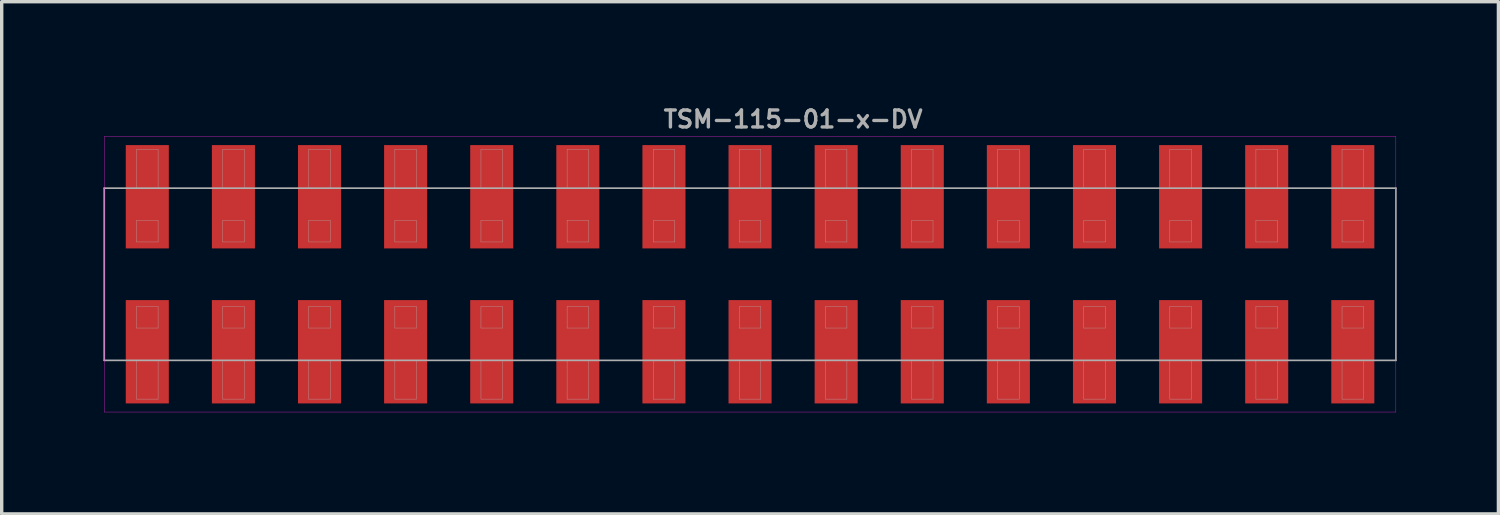
<source format=kicad_pcb>
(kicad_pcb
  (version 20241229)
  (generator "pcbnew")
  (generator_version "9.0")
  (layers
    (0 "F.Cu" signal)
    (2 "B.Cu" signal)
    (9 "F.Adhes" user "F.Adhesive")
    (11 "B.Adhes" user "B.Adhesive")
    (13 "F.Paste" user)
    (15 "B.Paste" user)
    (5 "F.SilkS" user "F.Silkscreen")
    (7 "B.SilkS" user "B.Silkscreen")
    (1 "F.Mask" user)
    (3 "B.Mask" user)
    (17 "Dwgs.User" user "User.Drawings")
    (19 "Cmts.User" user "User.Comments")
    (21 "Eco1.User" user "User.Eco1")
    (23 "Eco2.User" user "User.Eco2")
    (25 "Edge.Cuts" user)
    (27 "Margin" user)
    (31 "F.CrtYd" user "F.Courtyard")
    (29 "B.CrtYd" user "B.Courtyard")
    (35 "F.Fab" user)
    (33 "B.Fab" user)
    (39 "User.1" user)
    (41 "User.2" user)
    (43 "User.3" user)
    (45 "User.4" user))
  (footprint "TSM-115-01-x-DV"
    (layer "F.Cu")
    (at 19.075 5.04)
    (property "Reference" "TSM-115-01-x-DV" (at 1.27 -4.572 0) (layer "F.Fab") (effects (font (size 0.5 0.5) (thickness 0.1))))
    (attr smd)
    (fp_line (start -19.05 -4.064) (end -19.05 4.064) (stroke (width 0.01) (type solid)) (layer "F.CrtYd"))
    (fp_line (start -19.05 4.064) (end 19.05 4.064) (stroke (width 0.01) (type solid)) (layer "F.CrtYd"))
    (fp_line (start 19.05 -4.064) (end -19.05 -4.064) (stroke (width 0.01) (type solid)) (layer "F.CrtYd"))
    (fp_line (start 19.05 4.064) (end 19.05 -4.064) (stroke (width 0.01) (type solid)) (layer "F.CrtYd"))
    (fp_line (start -19.05 -2.54) (end 19.05 -2.54) (stroke (width 0.05) (type solid)) (layer "F.Fab"))
    (fp_line (start -19.05 2.54) (end -19.05 -2.54) (stroke (width 0.05) (type solid)) (layer "F.Fab"))
    (fp_line (start -18.098 -3.683) (end -17.462 -3.683) (stroke (width 0.01) (type solid)) (layer "F.Fab"))
    (fp_line (start -18.098 -2.54) (end -18.098 -3.683) (stroke (width 0.01) (type solid)) (layer "F.Fab"))
    (fp_line (start -18.098 -1.587) (end -18.098 -0.953) (stroke (width 0.01) (type solid)) (layer "F.Fab"))
    (fp_line (start -18.098 -0.953) (end -17.462 -0.953) (stroke (width 0.01) (type solid)) (layer "F.Fab"))
    (fp_line (start -18.098 0.953) (end -18.098 1.587) (stroke (width 0.01) (type solid)) (layer "F.Fab"))
    (fp_line (start -18.098 1.587) (end -17.462 1.587) (stroke (width 0.01) (type solid)) (layer "F.Fab"))
    (fp_line (start -18.098 3.683) (end -18.098 2.54) (stroke (width 0.01) (type solid)) (layer "F.Fab"))
    (fp_line (start -17.462 -3.683) (end -17.462 -2.54) (stroke (width 0.01) (type solid)) (layer "F.Fab"))
    (fp_line (start -17.462 -1.587) (end -18.098 -1.587) (stroke (width 0.01) (type solid)) (layer "F.Fab"))
    (fp_line (start -17.462 -0.953) (end -17.462 -1.587) (stroke (width 0.01) (type solid)) (layer "F.Fab"))
    (fp_line (start -17.462 0.953) (end -18.098 0.953) (stroke (width 0.01) (type solid)) (layer "F.Fab"))
    (fp_line (start -17.462 1.587) (end -17.462 0.953) (stroke (width 0.01) (type solid)) (layer "F.Fab"))
    (fp_line (start -17.462 2.54) (end -17.462 3.683) (stroke (width 0.01) (type solid)) (layer "F.Fab"))
    (fp_line (start -17.462 3.683) (end -18.098 3.683) (stroke (width 0.01) (type solid)) (layer "F.Fab"))
    (fp_line (start -15.557 -3.683) (end -14.922 -3.683) (stroke (width 0.01) (type solid)) (layer "F.Fab"))
    (fp_line (start -15.557 -2.54) (end -15.557 -3.683) (stroke (width 0.01) (type solid)) (layer "F.Fab"))
    (fp_line (start -15.557 -1.587) (end -15.557 -0.953) (stroke (width 0.01) (type solid)) (layer "F.Fab"))
    (fp_line (start -15.557 -0.953) (end -14.922 -0.953) (stroke (width 0.01) (type solid)) (layer "F.Fab"))
    (fp_line (start -15.557 0.953) (end -15.557 1.587) (stroke (width 0.01) (type solid)) (layer "F.Fab"))
    (fp_line (start -15.557 1.587) (end -14.922 1.587) (stroke (width 0.01) (type solid)) (layer "F.Fab"))
    (fp_line (start -15.557 3.683) (end -15.557 2.54) (stroke (width 0.01) (type solid)) (layer "F.Fab"))
    (fp_line (start -14.922 -3.683) (end -14.922 -2.54) (stroke (width 0.01) (type solid)) (layer "F.Fab"))
    (fp_line (start -14.922 -1.587) (end -15.557 -1.587) (stroke (width 0.01) (type solid)) (layer "F.Fab"))
    (fp_line (start -14.922 -0.953) (end -14.922 -1.587) (stroke (width 0.01) (type solid)) (layer "F.Fab"))
    (fp_line (start -14.922 0.953) (end -15.557 0.953) (stroke (width 0.01) (type solid)) (layer "F.Fab"))
    (fp_line (start -14.922 1.587) (end -14.922 0.953) (stroke (width 0.01) (type solid)) (layer "F.Fab"))
    (fp_line (start -14.922 2.54) (end -14.922 3.683) (stroke (width 0.01) (type solid)) (layer "F.Fab"))
    (fp_line (start -14.922 3.683) (end -15.557 3.683) (stroke (width 0.01) (type solid)) (layer "F.Fab"))
    (fp_line (start -13.018 -3.683) (end -12.383 -3.683) (stroke (width 0.01) (type solid)) (layer "F.Fab"))
    (fp_line (start -13.018 -2.54) (end -13.018 -3.683) (stroke (width 0.01) (type solid)) (layer "F.Fab"))
    (fp_line (start -13.018 -1.587) (end -13.018 -0.953) (stroke (width 0.01) (type solid)) (layer "F.Fab"))
    (fp_line (start -13.018 -0.953) (end -12.383 -0.953) (stroke (width 0.01) (type solid)) (layer "F.Fab"))
    (fp_line (start -13.018 0.953) (end -13.018 1.587) (stroke (width 0.01) (type solid)) (layer "F.Fab"))
    (fp_line (start -13.018 1.587) (end -12.383 1.587) (stroke (width 0.01) (type solid)) (layer "F.Fab"))
    (fp_line (start -13.018 3.683) (end -13.018 2.54) (stroke (width 0.01) (type solid)) (layer "F.Fab"))
    (fp_line (start -12.383 -3.683) (end -12.383 -2.54) (stroke (width 0.01) (type solid)) (layer "F.Fab"))
    (fp_line (start -12.383 -1.587) (end -13.018 -1.587) (stroke (width 0.01) (type solid)) (layer "F.Fab"))
    (fp_line (start -12.383 -0.953) (end -12.383 -1.587) (stroke (width 0.01) (type solid)) (layer "F.Fab"))
    (fp_line (start -12.383 0.953) (end -13.018 0.953) (stroke (width 0.01) (type solid)) (layer "F.Fab"))
    (fp_line (start -12.383 1.587) (end -12.383 0.953) (stroke (width 0.01) (type solid)) (layer "F.Fab"))
    (fp_line (start -12.383 2.54) (end -12.383 3.683) (stroke (width 0.01) (type solid)) (layer "F.Fab"))
    (fp_line (start -12.383 3.683) (end -13.018 3.683) (stroke (width 0.01) (type solid)) (layer "F.Fab"))
    (fp_line (start -10.477 -3.683) (end -9.842 -3.683) (stroke (width 0.01) (type solid)) (layer "F.Fab"))
    (fp_line (start -10.477 -2.54) (end -10.477 -3.683) (stroke (width 0.01) (type solid)) (layer "F.Fab"))
    (fp_line (start -10.477 -1.587) (end -10.477 -0.953) (stroke (width 0.01) (type solid)) (layer "F.Fab"))
    (fp_line (start -10.477 -0.953) (end -9.842 -0.953) (stroke (width 0.01) (type solid)) (layer "F.Fab"))
    (fp_line (start -10.477 0.953) (end -10.477 1.587) (stroke (width 0.01) (type solid)) (layer "F.Fab"))
    (fp_line (start -10.477 1.587) (end -9.842 1.587) (stroke (width 0.01) (type solid)) (layer "F.Fab"))
    (fp_line (start -10.477 3.683) (end -10.477 2.54) (stroke (width 0.01) (type solid)) (layer "F.Fab"))
    (fp_line (start -9.842 -3.683) (end -9.842 -2.54) (stroke (width 0.01) (type solid)) (layer "F.Fab"))
    (fp_line (start -9.842 -1.587) (end -10.477 -1.587) (stroke (width 0.01) (type solid)) (layer "F.Fab"))
    (fp_line (start -9.842 -0.953) (end -9.842 -1.587) (stroke (width 0.01) (type solid)) (layer "F.Fab"))
    (fp_line (start -9.842 0.953) (end -10.477 0.953) (stroke (width 0.01) (type solid)) (layer "F.Fab"))
    (fp_line (start -9.842 1.587) (end -9.842 0.953) (stroke (width 0.01) (type solid)) (layer "F.Fab"))
    (fp_line (start -9.842 2.54) (end -9.842 3.683) (stroke (width 0.01) (type solid)) (layer "F.Fab"))
    (fp_line (start -9.842 3.683) (end -10.477 3.683) (stroke (width 0.01) (type solid)) (layer "F.Fab"))
    (fp_line (start -7.938 -3.683) (end -7.303 -3.683) (stroke (width 0.01) (type solid)) (layer "F.Fab"))
    (fp_line (start -7.938 -2.54) (end -7.938 -3.683) (stroke (width 0.01) (type solid)) (layer "F.Fab"))
    (fp_line (start -7.938 -1.587) (end -7.938 -0.953) (stroke (width 0.01) (type solid)) (layer "F.Fab"))
    (fp_line (start -7.938 -0.953) (end -7.303 -0.953) (stroke (width 0.01) (type solid)) (layer "F.Fab"))
    (fp_line (start -7.938 0.953) (end -7.938 1.587) (stroke (width 0.01) (type solid)) (layer "F.Fab"))
    (fp_line (start -7.938 1.587) (end -7.303 1.587) (stroke (width 0.01) (type solid)) (layer "F.Fab"))
    (fp_line (start -7.938 3.683) (end -7.938 2.54) (stroke (width 0.01) (type solid)) (layer "F.Fab"))
    (fp_line (start -7.303 -3.683) (end -7.303 -2.54) (stroke (width 0.01) (type solid)) (layer "F.Fab"))
    (fp_line (start -7.303 -1.587) (end -7.938 -1.587) (stroke (width 0.01) (type solid)) (layer "F.Fab"))
    (fp_line (start -7.303 -0.953) (end -7.303 -1.587) (stroke (width 0.01) (type solid)) (layer "F.Fab"))
    (fp_line (start -7.303 0.953) (end -7.938 0.953) (stroke (width 0.01) (type solid)) (layer "F.Fab"))
    (fp_line (start -7.303 1.587) (end -7.303 0.953) (stroke (width 0.01) (type solid)) (layer "F.Fab"))
    (fp_line (start -7.303 2.54) (end -7.303 3.683) (stroke (width 0.01) (type solid)) (layer "F.Fab"))
    (fp_line (start -7.303 3.683) (end -7.938 3.683) (stroke (width 0.01) (type solid)) (layer "F.Fab"))
    (fp_line (start -5.397 -3.683) (end -4.763 -3.683) (stroke (width 0.01) (type solid)) (layer "F.Fab"))
    (fp_line (start -5.397 -2.54) (end -5.397 -3.683) (stroke (width 0.01) (type solid)) (layer "F.Fab"))
    (fp_line (start -5.397 -1.587) (end -5.397 -0.953) (stroke (width 0.01) (type solid)) (layer "F.Fab"))
    (fp_line (start -5.397 -0.953) (end -4.763 -0.953) (stroke (width 0.01) (type solid)) (layer "F.Fab"))
    (fp_line (start -5.397 0.953) (end -5.397 1.587) (stroke (width 0.01) (type solid)) (layer "F.Fab"))
    (fp_line (start -5.397 1.587) (end -4.763 1.587) (stroke (width 0.01) (type solid)) (layer "F.Fab"))
    (fp_line (start -5.397 3.683) (end -5.397 2.54) (stroke (width 0.01) (type solid)) (layer "F.Fab"))
    (fp_line (start -4.763 -3.683) (end -4.763 -2.54) (stroke (width 0.01) (type solid)) (layer "F.Fab"))
    (fp_line (start -4.763 -1.587) (end -5.397 -1.587) (stroke (width 0.01) (type solid)) (layer "F.Fab"))
    (fp_line (start -4.763 -0.953) (end -4.763 -1.587) (stroke (width 0.01) (type solid)) (layer "F.Fab"))
    (fp_line (start -4.763 0.953) (end -5.397 0.953) (stroke (width 0.01) (type solid)) (layer "F.Fab"))
    (fp_line (start -4.763 1.587) (end -4.763 0.953) (stroke (width 0.01) (type solid)) (layer "F.Fab"))
    (fp_line (start -4.763 2.54) (end -4.763 3.683) (stroke (width 0.01) (type solid)) (layer "F.Fab"))
    (fp_line (start -4.763 3.683) (end -5.397 3.683) (stroke (width 0.01) (type solid)) (layer "F.Fab"))
    (fp_line (start -2.857 -3.683) (end -2.223 -3.683) (stroke (width 0.01) (type solid)) (layer "F.Fab"))
    (fp_line (start -2.857 -2.54) (end -2.857 -3.683) (stroke (width 0.01) (type solid)) (layer "F.Fab"))
    (fp_line (start -2.857 -1.587) (end -2.857 -0.953) (stroke (width 0.01) (type solid)) (layer "F.Fab"))
    (fp_line (start -2.857 -0.953) (end -2.223 -0.953) (stroke (width 0.01) (type solid)) (layer "F.Fab"))
    (fp_line (start -2.857 0.953) (end -2.857 1.587) (stroke (width 0.01) (type solid)) (layer "F.Fab"))
    (fp_line (start -2.857 1.587) (end -2.223 1.587) (stroke (width 0.01) (type solid)) (layer "F.Fab"))
    (fp_line (start -2.857 3.683) (end -2.857 2.54) (stroke (width 0.01) (type solid)) (layer "F.Fab"))
    (fp_line (start -2.223 -3.683) (end -2.223 -2.54) (stroke (width 0.01) (type solid)) (layer "F.Fab"))
    (fp_line (start -2.223 -1.587) (end -2.857 -1.587) (stroke (width 0.01) (type solid)) (layer "F.Fab"))
    (fp_line (start -2.223 -0.953) (end -2.223 -1.587) (stroke (width 0.01) (type solid)) (layer "F.Fab"))
    (fp_line (start -2.223 0.953) (end -2.857 0.953) (stroke (width 0.01) (type solid)) (layer "F.Fab"))
    (fp_line (start -2.223 1.587) (end -2.223 0.953) (stroke (width 0.01) (type solid)) (layer "F.Fab"))
    (fp_line (start -2.223 2.54) (end -2.223 3.683) (stroke (width 0.01) (type solid)) (layer "F.Fab"))
    (fp_line (start -2.223 3.683) (end -2.857 3.683) (stroke (width 0.01) (type solid)) (layer "F.Fab"))
    (fp_line (start -0.318 -3.683) (end 0.318 -3.683) (stroke (width 0.01) (type solid)) (layer "F.Fab"))
    (fp_line (start -0.318 -2.54) (end -0.318 -3.683) (stroke (width 0.01) (type solid)) (layer "F.Fab"))
    (fp_line (start -0.318 -1.587) (end -0.318 -0.953) (stroke (width 0.01) (type solid)) (layer "F.Fab"))
    (fp_line (start -0.318 -0.953) (end 0.318 -0.953) (stroke (width 0.01) (type solid)) (layer "F.Fab"))
    (fp_line (start -0.318 0.953) (end -0.318 1.587) (stroke (width 0.01) (type solid)) (layer "F.Fab"))
    (fp_line (start -0.318 1.587) (end 0.318 1.587) (stroke (width 0.01) (type solid)) (layer "F.Fab"))
    (fp_line (start -0.318 3.683) (end -0.318 2.54) (stroke (width 0.01) (type solid)) (layer "F.Fab"))
    (fp_line (start 0.318 -3.683) (end 0.318 -2.54) (stroke (width 0.01) (type solid)) (layer "F.Fab"))
    (fp_line (start 0.318 -1.587) (end -0.318 -1.587) (stroke (width 0.01) (type solid)) (layer "F.Fab"))
    (fp_line (start 0.318 -0.953) (end 0.318 -1.587) (stroke (width 0.01) (type solid)) (layer "F.Fab"))
    (fp_line (start 0.318 0.953) (end -0.318 0.953) (stroke (width 0.01) (type solid)) (layer "F.Fab"))
    (fp_line (start 0.318 1.587) (end 0.318 0.953) (stroke (width 0.01) (type solid)) (layer "F.Fab"))
    (fp_line (start 0.318 2.54) (end 0.318 3.683) (stroke (width 0.01) (type solid)) (layer "F.Fab"))
    (fp_line (start 0.318 3.683) (end -0.318 3.683) (stroke (width 0.01) (type solid)) (layer "F.Fab"))
    (fp_line (start 2.223 -3.683) (end 2.857 -3.683) (stroke (width 0.01) (type solid)) (layer "F.Fab"))
    (fp_line (start 2.223 -2.54) (end 2.223 -3.683) (stroke (width 0.01) (type solid)) (layer "F.Fab"))
    (fp_line (start 2.223 -1.587) (end 2.223 -0.953) (stroke (width 0.01) (type solid)) (layer "F.Fab"))
    (fp_line (start 2.223 -0.953) (end 2.857 -0.953) (stroke (width 0.01) (type solid)) (layer "F.Fab"))
    (fp_line (start 2.223 0.953) (end 2.223 1.587) (stroke (width 0.01) (type solid)) (layer "F.Fab"))
    (fp_line (start 2.223 1.587) (end 2.857 1.587) (stroke (width 0.01) (type solid)) (layer "F.Fab"))
    (fp_line (start 2.223 3.683) (end 2.223 2.54) (stroke (width 0.01) (type solid)) (layer "F.Fab"))
    (fp_line (start 2.857 -3.683) (end 2.857 -2.54) (stroke (width 0.01) (type solid)) (layer "F.Fab"))
    (fp_line (start 2.857 -1.587) (end 2.223 -1.587) (stroke (width 0.01) (type solid)) (layer "F.Fab"))
    (fp_line (start 2.857 -0.953) (end 2.857 -1.587) (stroke (width 0.01) (type solid)) (layer "F.Fab"))
    (fp_line (start 2.857 0.953) (end 2.223 0.953) (stroke (width 0.01) (type solid)) (layer "F.Fab"))
    (fp_line (start 2.857 1.587) (end 2.857 0.953) (stroke (width 0.01) (type solid)) (layer "F.Fab"))
    (fp_line (start 2.857 2.54) (end 2.857 3.683) (stroke (width 0.01) (type solid)) (layer "F.Fab"))
    (fp_line (start 2.857 3.683) (end 2.223 3.683) (stroke (width 0.01) (type solid)) (layer "F.Fab"))
    (fp_line (start 4.763 -3.683) (end 5.397 -3.683) (stroke (width 0.01) (type solid)) (layer "F.Fab"))
    (fp_line (start 4.763 -2.54) (end 4.763 -3.683) (stroke (width 0.01) (type solid)) (layer "F.Fab"))
    (fp_line (start 4.763 -1.587) (end 4.763 -0.953) (stroke (width 0.01) (type solid)) (layer "F.Fab"))
    (fp_line (start 4.763 -0.953) (end 5.397 -0.953) (stroke (width 0.01) (type solid)) (layer "F.Fab"))
    (fp_line (start 4.763 0.953) (end 4.763 1.587) (stroke (width 0.01) (type solid)) (layer "F.Fab"))
    (fp_line (start 4.763 1.587) (end 5.397 1.587) (stroke (width 0.01) (type solid)) (layer "F.Fab"))
    (fp_line (start 4.763 3.683) (end 4.763 2.54) (stroke (width 0.01) (type solid)) (layer "F.Fab"))
    (fp_line (start 5.397 -3.683) (end 5.397 -2.54) (stroke (width 0.01) (type solid)) (layer "F.Fab"))
    (fp_line (start 5.397 -1.587) (end 4.763 -1.587) (stroke (width 0.01) (type solid)) (layer "F.Fab"))
    (fp_line (start 5.397 -0.953) (end 5.397 -1.587) (stroke (width 0.01) (type solid)) (layer "F.Fab"))
    (fp_line (start 5.397 0.953) (end 4.763 0.953) (stroke (width 0.01) (type solid)) (layer "F.Fab"))
    (fp_line (start 5.397 1.587) (end 5.397 0.953) (stroke (width 0.01) (type solid)) (layer "F.Fab"))
    (fp_line (start 5.397 2.54) (end 5.397 3.683) (stroke (width 0.01) (type solid)) (layer "F.Fab"))
    (fp_line (start 5.397 3.683) (end 4.763 3.683) (stroke (width 0.01) (type solid)) (layer "F.Fab"))
    (fp_line (start 7.303 -3.683) (end 7.938 -3.683) (stroke (width 0.01) (type solid)) (layer "F.Fab"))
    (fp_line (start 7.303 -2.54) (end 7.303 -3.683) (stroke (width 0.01) (type solid)) (layer "F.Fab"))
    (fp_line (start 7.303 -1.587) (end 7.303 -0.953) (stroke (width 0.01) (type solid)) (layer "F.Fab"))
    (fp_line (start 7.303 -0.953) (end 7.938 -0.953) (stroke (width 0.01) (type solid)) (layer "F.Fab"))
    (fp_line (start 7.303 0.953) (end 7.303 1.587) (stroke (width 0.01) (type solid)) (layer "F.Fab"))
    (fp_line (start 7.303 1.587) (end 7.938 1.587) (stroke (width 0.01) (type solid)) (layer "F.Fab"))
    (fp_line (start 7.303 3.683) (end 7.303 2.54) (stroke (width 0.01) (type solid)) (layer "F.Fab"))
    (fp_line (start 7.938 -3.683) (end 7.938 -2.54) (stroke (width 0.01) (type solid)) (layer "F.Fab"))
    (fp_line (start 7.938 -1.587) (end 7.303 -1.587) (stroke (width 0.01) (type solid)) (layer "F.Fab"))
    (fp_line (start 7.938 -0.953) (end 7.938 -1.587) (stroke (width 0.01) (type solid)) (layer "F.Fab"))
    (fp_line (start 7.938 0.953) (end 7.303 0.953) (stroke (width 0.01) (type solid)) (layer "F.Fab"))
    (fp_line (start 7.938 1.587) (end 7.938 0.953) (stroke (width 0.01) (type solid)) (layer "F.Fab"))
    (fp_line (start 7.938 2.54) (end 7.938 3.683) (stroke (width 0.01) (type solid)) (layer "F.Fab"))
    (fp_line (start 7.938 3.683) (end 7.303 3.683) (stroke (width 0.01) (type solid)) (layer "F.Fab"))
    (fp_line (start 9.842 -3.683) (end 10.477 -3.683) (stroke (width 0.01) (type solid)) (layer "F.Fab"))
    (fp_line (start 9.842 -2.54) (end 9.842 -3.683) (stroke (width 0.01) (type solid)) (layer "F.Fab"))
    (fp_line (start 9.842 -1.587) (end 9.842 -0.953) (stroke (width 0.01) (type solid)) (layer "F.Fab"))
    (fp_line (start 9.842 -0.953) (end 10.477 -0.953) (stroke (width 0.01) (type solid)) (layer "F.Fab"))
    (fp_line (start 9.842 0.953) (end 9.842 1.587) (stroke (width 0.01) (type solid)) (layer "F.Fab"))
    (fp_line (start 9.842 1.587) (end 10.477 1.587) (stroke (width 0.01) (type solid)) (layer "F.Fab"))
    (fp_line (start 9.842 3.683) (end 9.842 2.54) (stroke (width 0.01) (type solid)) (layer "F.Fab"))
    (fp_line (start 10.477 -3.683) (end 10.477 -2.54) (stroke (width 0.01) (type solid)) (layer "F.Fab"))
    (fp_line (start 10.477 -1.587) (end 9.842 -1.587) (stroke (width 0.01) (type solid)) (layer "F.Fab"))
    (fp_line (start 10.477 -0.953) (end 10.477 -1.587) (stroke (width 0.01) (type solid)) (layer "F.Fab"))
    (fp_line (start 10.477 0.953) (end 9.842 0.953) (stroke (width 0.01) (type solid)) (layer "F.Fab"))
    (fp_line (start 10.477 1.587) (end 10.477 0.953) (stroke (width 0.01) (type solid)) (layer "F.Fab"))
    (fp_line (start 10.477 2.54) (end 10.477 3.683) (stroke (width 0.01) (type solid)) (layer "F.Fab"))
    (fp_line (start 10.477 3.683) (end 9.842 3.683) (stroke (width 0.01) (type solid)) (layer "F.Fab"))
    (fp_line (start 12.383 -3.683) (end 13.018 -3.683) (stroke (width 0.01) (type solid)) (layer "F.Fab"))
    (fp_line (start 12.383 -2.54) (end 12.383 -3.683) (stroke (width 0.01) (type solid)) (layer "F.Fab"))
    (fp_line (start 12.383 -1.587) (end 12.383 -0.953) (stroke (width 0.01) (type solid)) (layer "F.Fab"))
    (fp_line (start 12.383 -0.953) (end 13.018 -0.953) (stroke (width 0.01) (type solid)) (layer "F.Fab"))
    (fp_line (start 12.383 0.953) (end 12.383 1.587) (stroke (width 0.01) (type solid)) (layer "F.Fab"))
    (fp_line (start 12.383 1.587) (end 13.018 1.587) (stroke (width 0.01) (type solid)) (layer "F.Fab"))
    (fp_line (start 12.383 3.683) (end 12.383 2.54) (stroke (width 0.01) (type solid)) (layer "F.Fab"))
    (fp_line (start 13.018 -3.683) (end 13.018 -2.54) (stroke (width 0.01) (type solid)) (layer "F.Fab"))
    (fp_line (start 13.018 -1.587) (end 12.383 -1.587) (stroke (width 0.01) (type solid)) (layer "F.Fab"))
    (fp_line (start 13.018 -0.953) (end 13.018 -1.587) (stroke (width 0.01) (type solid)) (layer "F.Fab"))
    (fp_line (start 13.018 0.953) (end 12.383 0.953) (stroke (width 0.01) (type solid)) (layer "F.Fab"))
    (fp_line (start 13.018 1.587) (end 13.018 0.953) (stroke (width 0.01) (type solid)) (layer "F.Fab"))
    (fp_line (start 13.018 2.54) (end 13.018 3.683) (stroke (width 0.01) (type solid)) (layer "F.Fab"))
    (fp_line (start 13.018 3.683) (end 12.383 3.683) (stroke (width 0.01) (type solid)) (layer "F.Fab"))
    (fp_line (start 14.922 -3.683) (end 15.557 -3.683) (stroke (width 0.01) (type solid)) (layer "F.Fab"))
    (fp_line (start 14.922 -2.54) (end 14.922 -3.683) (stroke (width 0.01) (type solid)) (layer "F.Fab"))
    (fp_line (start 14.922 -1.587) (end 14.922 -0.953) (stroke (width 0.01) (type solid)) (layer "F.Fab"))
    (fp_line (start 14.922 -0.953) (end 15.557 -0.953) (stroke (width 0.01) (type solid)) (layer "F.Fab"))
    (fp_line (start 14.922 0.953) (end 14.922 1.587) (stroke (width 0.01) (type solid)) (layer "F.Fab"))
    (fp_line (start 14.922 1.587) (end 15.557 1.587) (stroke (width 0.01) (type solid)) (layer "F.Fab"))
    (fp_line (start 14.922 3.683) (end 14.922 2.54) (stroke (width 0.01) (type solid)) (layer "F.Fab"))
    (fp_line (start 15.557 -3.683) (end 15.557 -2.54) (stroke (width 0.01) (type solid)) (layer "F.Fab"))
    (fp_line (start 15.557 -1.587) (end 14.922 -1.587) (stroke (width 0.01) (type solid)) (layer "F.Fab"))
    (fp_line (start 15.557 -0.953) (end 15.557 -1.587) (stroke (width 0.01) (type solid)) (layer "F.Fab"))
    (fp_line (start 15.557 0.953) (end 14.922 0.953) (stroke (width 0.01) (type solid)) (layer "F.Fab"))
    (fp_line (start 15.557 1.587) (end 15.557 0.953) (stroke (width 0.01) (type solid)) (layer "F.Fab"))
    (fp_line (start 15.557 2.54) (end 15.557 3.683) (stroke (width 0.01) (type solid)) (layer "F.Fab"))
    (fp_line (start 15.557 3.683) (end 14.922 3.683) (stroke (width 0.01) (type solid)) (layer "F.Fab"))
    (fp_line (start 17.462 -3.683) (end 18.098 -3.683) (stroke (width 0.01) (type solid)) (layer "F.Fab"))
    (fp_line (start 17.462 -2.54) (end 17.462 -3.683) (stroke (width 0.01) (type solid)) (layer "F.Fab"))
    (fp_line (start 17.462 -1.587) (end 17.462 -0.953) (stroke (width 0.01) (type solid)) (layer "F.Fab"))
    (fp_line (start 17.462 -0.953) (end 18.098 -0.953) (stroke (width 0.01) (type solid)) (layer "F.Fab"))
    (fp_line (start 17.462 0.953) (end 17.462 1.587) (stroke (width 0.01) (type solid)) (layer "F.Fab"))
    (fp_line (start 17.462 1.587) (end 18.098 1.587) (stroke (width 0.01) (type solid)) (layer "F.Fab"))
    (fp_line (start 17.462 3.683) (end 17.462 2.54) (stroke (width 0.01) (type solid)) (layer "F.Fab"))
    (fp_line (start 18.098 -3.683) (end 18.098 -2.54) (stroke (width 0.01) (type solid)) (layer "F.Fab"))
    (fp_line (start 18.098 -1.587) (end 17.462 -1.587) (stroke (width 0.01) (type solid)) (layer "F.Fab"))
    (fp_line (start 18.098 -0.953) (end 18.098 -1.587) (stroke (width 0.01) (type solid)) (layer "F.Fab"))
    (fp_line (start 18.098 0.953) (end 17.462 0.953) (stroke (width 0.01) (type solid)) (layer "F.Fab"))
    (fp_line (start 18.098 1.587) (end 18.098 0.953) (stroke (width 0.01) (type solid)) (layer "F.Fab"))
    (fp_line (start 18.098 2.54) (end 18.098 3.683) (stroke (width 0.01) (type solid)) (layer "F.Fab"))
    (fp_line (start 18.098 3.683) (end 17.462 3.683) (stroke (width 0.01) (type solid)) (layer "F.Fab"))
    (fp_line (start 19.05 -2.54) (end 19.05 2.54) (stroke (width 0.05) (type solid)) (layer "F.Fab"))
    (fp_line (start 19.05 2.54) (end -19.05 2.54) (stroke (width 0.05) (type solid)) (layer "F.Fab"))
    (pad "1" smd rect (at -17.78 2.286) (size 1.27 3.048) (layers "F.Cu" "F.Mask" "F.Paste"))
    (pad "2" smd rect (at -17.78 -2.286) (size 1.27 3.048) (layers "F.Cu" "F.Mask" "F.Paste"))
    (pad "3" smd rect (at -15.24 2.286) (size 1.27 3.048) (layers "F.Cu" "F.Mask" "F.Paste"))
    (pad "4" smd rect (at -15.24 -2.286) (size 1.27 3.048) (layers "F.Cu" "F.Mask" "F.Paste"))
    (pad "5" smd rect (at -12.7 2.286) (size 1.27 3.048) (layers "F.Cu" "F.Mask" "F.Paste"))
    (pad "6" smd rect (at -12.7 -2.286) (size 1.27 3.048) (layers "F.Cu" "F.Mask" "F.Paste"))
    (pad "7" smd rect (at -10.16 2.286) (size 1.27 3.048) (layers "F.Cu" "F.Mask" "F.Paste"))
    (pad "8" smd rect (at -10.16 -2.286) (size 1.27 3.048) (layers "F.Cu" "F.Mask" "F.Paste"))
    (pad "9" smd rect (at -7.62 2.286) (size 1.27 3.048) (layers "F.Cu" "F.Mask" "F.Paste"))
    (pad "10" smd rect (at -7.62 -2.286) (size 1.27 3.048) (layers "F.Cu" "F.Mask" "F.Paste"))
    (pad "11" smd rect (at -5.08 2.286) (size 1.27 3.048) (layers "F.Cu" "F.Mask" "F.Paste"))
    (pad "12" smd rect (at -5.08 -2.286) (size 1.27 3.048) (layers "F.Cu" "F.Mask" "F.Paste"))
    (pad "13" smd rect (at -2.54 2.286) (size 1.27 3.048) (layers "F.Cu" "F.Mask" "F.Paste"))
    (pad "14" smd rect (at -2.54 -2.286) (size 1.27 3.048) (layers "F.Cu" "F.Mask" "F.Paste"))
    (pad "15" smd rect (at 0 2.286) (size 1.27 3.048) (layers "F.Cu" "F.Mask" "F.Paste"))
    (pad "16" smd rect (at 0 -2.286) (size 1.27 3.048) (layers "F.Cu" "F.Mask" "F.Paste"))
    (pad "17" smd rect (at 2.54 2.286) (size 1.27 3.048) (layers "F.Cu" "F.Mask" "F.Paste"))
    (pad "18" smd rect (at 2.54 -2.286) (size 1.27 3.048) (layers "F.Cu" "F.Mask" "F.Paste"))
    (pad "19" smd rect (at 5.08 2.286) (size 1.27 3.048) (layers "F.Cu" "F.Mask" "F.Paste"))
    (pad "20" smd rect (at 5.08 -2.286) (size 1.27 3.048) (layers "F.Cu" "F.Mask" "F.Paste"))
    (pad "21" smd rect (at 7.62 2.286) (size 1.27 3.048) (layers "F.Cu" "F.Mask" "F.Paste"))
    (pad "22" smd rect (at 7.62 -2.286) (size 1.27 3.048) (layers "F.Cu" "F.Mask" "F.Paste"))
    (pad "23" smd rect (at 10.16 2.286) (size 1.27 3.048) (layers "F.Cu" "F.Mask" "F.Paste"))
    (pad "24" smd rect (at 10.16 -2.286) (size 1.27 3.048) (layers "F.Cu" "F.Mask" "F.Paste"))
    (pad "25" smd rect (at 12.7 2.286) (size 1.27 3.048) (layers "F.Cu" "F.Mask" "F.Paste"))
    (pad "26" smd rect (at 12.7 -2.286) (size 1.27 3.048) (layers "F.Cu" "F.Mask" "F.Paste"))
    (pad "27" smd rect (at 15.24 2.286) (size 1.27 3.048) (layers "F.Cu" "F.Mask" "F.Paste"))
    (pad "28" smd rect (at 15.24 -2.286) (size 1.27 3.048) (layers "F.Cu" "F.Mask" "F.Paste"))
    (pad "29" smd rect (at 17.78 2.286) (size 1.27 3.048) (layers "F.Cu" "F.Mask" "F.Paste"))
    (pad "30" smd rect (at 17.78 -2.286) (size 1.27 3.048) (layers "F.Cu" "F.Mask" "F.Paste")))
  (gr_rect
    (start -3 -3)
    (end 41.15 12.109)
    (stroke (width 0.1) (type default))
    (fill no)
    (layer "Edge.Cuts")))
</source>
